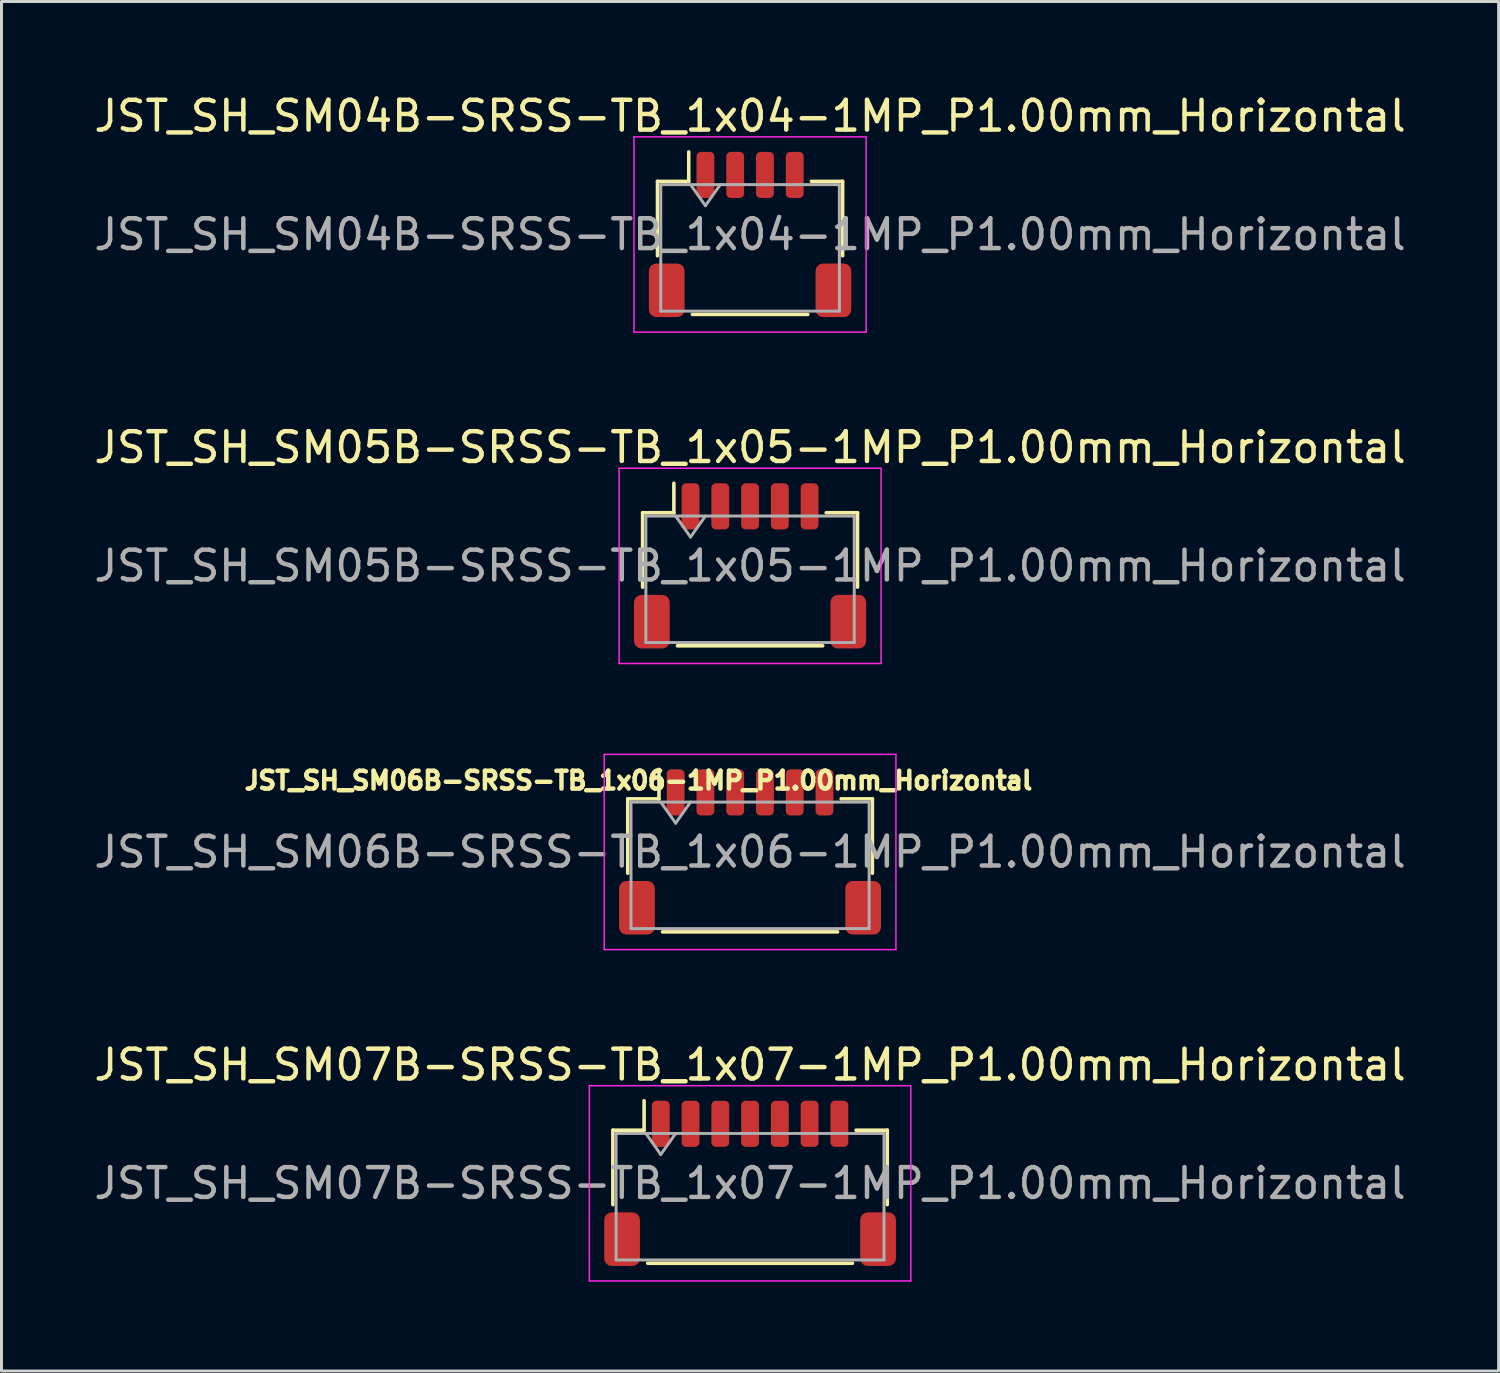
<source format=kicad_pcb>
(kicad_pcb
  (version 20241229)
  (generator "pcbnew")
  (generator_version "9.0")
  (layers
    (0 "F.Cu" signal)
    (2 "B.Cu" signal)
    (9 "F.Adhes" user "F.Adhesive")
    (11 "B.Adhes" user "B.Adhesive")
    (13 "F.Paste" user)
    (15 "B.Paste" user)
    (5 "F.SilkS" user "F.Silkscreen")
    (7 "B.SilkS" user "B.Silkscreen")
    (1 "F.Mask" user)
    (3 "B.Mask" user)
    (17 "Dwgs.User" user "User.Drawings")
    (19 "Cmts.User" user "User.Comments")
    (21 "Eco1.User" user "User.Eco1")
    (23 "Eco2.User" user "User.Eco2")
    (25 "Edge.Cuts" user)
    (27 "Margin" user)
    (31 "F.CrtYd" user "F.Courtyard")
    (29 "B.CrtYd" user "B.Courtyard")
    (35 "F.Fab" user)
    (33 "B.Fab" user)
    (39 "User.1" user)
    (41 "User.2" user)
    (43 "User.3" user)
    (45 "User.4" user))
  (footprint "JST_SH_SM04B-SRSS-TB_1x04-1MP_P1.00mm_Horizontal"
    (layer "F.Cu")
    (at 22.149 4.828)
    (property "Reference" "JST_SH_SM04B-SRSS-TB_1x04-1MP_P1.00mm_Horizontal" (at 0 -3.98 0) (layer "F.SilkS") (effects (font (size 1 1) (thickness 0.15))))
    (attr smd)
    (fp_line (start -3.11 -1.785) (end -2.06 -1.785) (stroke (width 0.12) (type solid)) (layer "F.SilkS"))
    (fp_line (start -3.11 0.715) (end -3.11 -1.785) (stroke (width 0.12) (type solid)) (layer "F.SilkS"))
    (fp_line (start -2.06 -1.785) (end -2.06 -2.775) (stroke (width 0.12) (type solid)) (layer "F.SilkS"))
    (fp_line (start -1.94 2.685) (end 1.94 2.685) (stroke (width 0.12) (type solid)) (layer "F.SilkS"))
    (fp_line (start 3.11 -1.785) (end 2.06 -1.785) (stroke (width 0.12) (type solid)) (layer "F.SilkS"))
    (fp_line (start 3.11 0.715) (end 3.11 -1.785) (stroke (width 0.12) (type solid)) (layer "F.SilkS"))
    (fp_line (start -3.9 -3.28) (end -3.9 3.28) (stroke (width 0.05) (type solid)) (layer "F.CrtYd"))
    (fp_line (start -3.9 3.28) (end 3.9 3.28) (stroke (width 0.05) (type solid)) (layer "F.CrtYd"))
    (fp_line (start 3.9 -3.28) (end -3.9 -3.28) (stroke (width 0.05) (type solid)) (layer "F.CrtYd"))
    (fp_line (start 3.9 3.28) (end 3.9 -3.28) (stroke (width 0.05) (type solid)) (layer "F.CrtYd"))
    (fp_line (start -3 -1.675) (end -3 2.575) (stroke (width 0.1) (type solid)) (layer "F.Fab"))
    (fp_line (start -3 -1.675) (end 3 -1.675) (stroke (width 0.1) (type solid)) (layer "F.Fab"))
    (fp_line (start -3 2.575) (end 3 2.575) (stroke (width 0.1) (type solid)) (layer "F.Fab"))
    (fp_line (start -2 -1.675) (end -1.5 -0.968) (stroke (width 0.1) (type solid)) (layer "F.Fab"))
    (fp_line (start -1.5 -0.968) (end -1 -1.675) (stroke (width 0.1) (type solid)) (layer "F.Fab"))
    (fp_line (start 3 -1.675) (end 3 2.575) (stroke (width 0.1) (type solid)) (layer "F.Fab"))
    (fp_text user "${REFERENCE}" (at 0 0 0) (layer "F.Fab") (effects (font (size 1 1) (thickness 0.15))))
    (pad "1" smd roundrect (at -1.5 -2) (size 0.6 1.55) (layers "F.Cu" "F.Mask" "F.Paste") (roundrect_rratio 0.25))
    (pad "2" smd roundrect (at -0.5 -2) (size 0.6 1.55) (layers "F.Cu" "F.Mask" "F.Paste") (roundrect_rratio 0.25))
    (pad "3" smd roundrect (at 0.5 -2) (size 0.6 1.55) (layers "F.Cu" "F.Mask" "F.Paste") (roundrect_rratio 0.25))
    (pad "4" smd roundrect (at 1.5 -2) (size 0.6 1.55) (layers "F.Cu" "F.Mask" "F.Paste") (roundrect_rratio 0.25))
    (pad "MP" smd roundrect (at -2.8 1.875) (size 1.2 1.8) (layers "F.Cu" "F.Mask" "F.Paste") (roundrect_rratio 0.208))
    (pad "MP" smd roundrect (at 2.8 1.875) (size 1.2 1.8) (layers "F.Cu" "F.Mask" "F.Paste") (roundrect_rratio 0.208)))
  (footprint "JST_SH_SM06B-SRSS-TB_1x06-1MP_P1.00mm_Horizontal"
    (layer "F.Cu")
    (at 22.149 25.572)
    (property "Reference" "JST_SH_SM06B-SRSS-TB_1x06-1MP_P1.00mm_Horizontal" (at -3.75 -2.4 180) (layer "F.SilkS") (effects (font (size 0.6 0.6) (thickness 0.15))))
    (attr smd)
    (fp_line (start -4.11 -1.785) (end -3.06 -1.785) (stroke (width 0.12) (type solid)) (layer "F.SilkS"))
    (fp_line (start -4.11 0.715) (end -4.11 -1.785) (stroke (width 0.12) (type solid)) (layer "F.SilkS"))
    (fp_line (start -3.06 -1.785) (end -3.06 -2.775) (stroke (width 0.12) (type solid)) (layer "F.SilkS"))
    (fp_line (start -2.94 2.685) (end 2.94 2.685) (stroke (width 0.12) (type solid)) (layer "F.SilkS"))
    (fp_line (start 4.11 -1.785) (end 3.06 -1.785) (stroke (width 0.12) (type solid)) (layer "F.SilkS"))
    (fp_line (start 4.11 0.715) (end 4.11 -1.785) (stroke (width 0.12) (type solid)) (layer "F.SilkS"))
    (fp_line (start -4.9 -3.28) (end -4.9 3.28) (stroke (width 0.05) (type solid)) (layer "F.CrtYd"))
    (fp_line (start -4.9 3.28) (end 4.9 3.28) (stroke (width 0.05) (type solid)) (layer "F.CrtYd"))
    (fp_line (start 4.9 -3.28) (end -4.9 -3.28) (stroke (width 0.05) (type solid)) (layer "F.CrtYd"))
    (fp_line (start 4.9 3.28) (end 4.9 -3.28) (stroke (width 0.05) (type solid)) (layer "F.CrtYd"))
    (fp_line (start -4 -1.675) (end -4 2.575) (stroke (width 0.1) (type solid)) (layer "F.Fab"))
    (fp_line (start -4 -1.675) (end 4 -1.675) (stroke (width 0.1) (type solid)) (layer "F.Fab"))
    (fp_line (start -4 2.575) (end 4 2.575) (stroke (width 0.1) (type solid)) (layer "F.Fab"))
    (fp_line (start -3 -1.675) (end -2.5 -0.968) (stroke (width 0.1) (type solid)) (layer "F.Fab"))
    (fp_line (start -2.5 -0.968) (end -2 -1.675) (stroke (width 0.1) (type solid)) (layer "F.Fab"))
    (fp_line (start 4 -1.675) (end 4 2.575) (stroke (width 0.1) (type solid)) (layer "F.Fab"))
    (fp_text user "${REFERENCE}" (at 0 0 180) (layer "F.Fab") (effects (font (size 1 1) (thickness 0.15))))
    (pad "1" smd roundrect (at -2.5 -2) (size 0.6 1.55) (layers "F.Cu" "F.Mask" "F.Paste") (roundrect_rratio 0.25))
    (pad "2" smd roundrect (at -1.5 -2) (size 0.6 1.55) (layers "F.Cu" "F.Mask" "F.Paste") (roundrect_rratio 0.25))
    (pad "3" smd roundrect (at -0.5 -2) (size 0.6 1.55) (layers "F.Cu" "F.Mask" "F.Paste") (roundrect_rratio 0.25))
    (pad "4" smd roundrect (at 0.5 -2) (size 0.6 1.55) (layers "F.Cu" "F.Mask" "F.Paste") (roundrect_rratio 0.25))
    (pad "5" smd roundrect (at 1.5 -2) (size 0.6 1.55) (layers "F.Cu" "F.Mask" "F.Paste") (roundrect_rratio 0.25))
    (pad "6" smd roundrect (at 2.5 -2) (size 0.6 1.55) (layers "F.Cu" "F.Mask" "F.Paste") (roundrect_rratio 0.25))
    (pad "MP" smd roundrect (at -3.8 1.875) (size 1.2 1.8) (layers "F.Cu" "F.Mask" "F.Paste") (roundrect_rratio 0.208))
    (pad "MP" smd roundrect (at 3.8 1.875) (size 1.2 1.8) (layers "F.Cu" "F.Mask" "F.Paste") (roundrect_rratio 0.208)))
  (footprint "JST_SH_SM07B-SRSS-TB_1x07-1MP_P1.00mm_Horizontal"
    (layer "F.Cu")
    (at 22.149 36.705)
    (property "Reference" "JST_SH_SM07B-SRSS-TB_1x07-1MP_P1.00mm_Horizontal" (at 0 -3.98 180) (layer "F.SilkS") (effects (font (size 1 1) (thickness 0.15))))
    (attr smd)
    (fp_line (start -4.61 -1.785) (end -3.56 -1.785) (stroke (width 0.12) (type solid)) (layer "F.SilkS"))
    (fp_line (start -4.61 0.715) (end -4.61 -1.785) (stroke (width 0.12) (type solid)) (layer "F.SilkS"))
    (fp_line (start -3.56 -1.785) (end -3.56 -2.775) (stroke (width 0.12) (type solid)) (layer "F.SilkS"))
    (fp_line (start -3.44 2.685) (end 3.44 2.685) (stroke (width 0.12) (type solid)) (layer "F.SilkS"))
    (fp_line (start 4.61 -1.785) (end 3.56 -1.785) (stroke (width 0.12) (type solid)) (layer "F.SilkS"))
    (fp_line (start 4.61 0.715) (end 4.61 -1.785) (stroke (width 0.12) (type solid)) (layer "F.SilkS"))
    (fp_line (start -5.4 -3.28) (end -5.4 3.28) (stroke (width 0.05) (type solid)) (layer "F.CrtYd"))
    (fp_line (start -5.4 3.28) (end 5.4 3.28) (stroke (width 0.05) (type solid)) (layer "F.CrtYd"))
    (fp_line (start 5.4 -3.28) (end -5.4 -3.28) (stroke (width 0.05) (type solid)) (layer "F.CrtYd"))
    (fp_line (start 5.4 3.28) (end 5.4 -3.28) (stroke (width 0.05) (type solid)) (layer "F.CrtYd"))
    (fp_line (start -4.5 -1.675) (end -4.5 2.575) (stroke (width 0.1) (type solid)) (layer "F.Fab"))
    (fp_line (start -4.5 -1.675) (end 4.5 -1.675) (stroke (width 0.1) (type solid)) (layer "F.Fab"))
    (fp_line (start -4.5 2.575) (end 4.5 2.575) (stroke (width 0.1) (type solid)) (layer "F.Fab"))
    (fp_line (start -3.5 -1.675) (end -3 -0.968) (stroke (width 0.1) (type solid)) (layer "F.Fab"))
    (fp_line (start -3 -0.968) (end -2.5 -1.675) (stroke (width 0.1) (type solid)) (layer "F.Fab"))
    (fp_line (start 4.5 -1.675) (end 4.5 2.575) (stroke (width 0.1) (type solid)) (layer "F.Fab"))
    (fp_text user "${REFERENCE}" (at 0 0 180) (layer "F.Fab") (effects (font (size 1 1) (thickness 0.15))))
    (pad "1" smd roundrect (at -3 -2) (size 0.6 1.55) (layers "F.Cu" "F.Mask" "F.Paste") (roundrect_rratio 0.25))
    (pad "2" smd roundrect (at -2 -2) (size 0.6 1.55) (layers "F.Cu" "F.Mask" "F.Paste") (roundrect_rratio 0.25))
    (pad "3" smd roundrect (at -1 -2) (size 0.6 1.55) (layers "F.Cu" "F.Mask" "F.Paste") (roundrect_rratio 0.25))
    (pad "4" smd roundrect (at 0 -2) (size 0.6 1.55) (layers "F.Cu" "F.Mask" "F.Paste") (roundrect_rratio 0.25))
    (pad "5" smd roundrect (at 1 -2) (size 0.6 1.55) (layers "F.Cu" "F.Mask" "F.Paste") (roundrect_rratio 0.25))
    (pad "6" smd roundrect (at 2 -2) (size 0.6 1.55) (layers "F.Cu" "F.Mask" "F.Paste") (roundrect_rratio 0.25))
    (pad "7" smd roundrect (at 3 -2) (size 0.6 1.55) (layers "F.Cu" "F.Mask" "F.Paste") (roundrect_rratio 0.25))
    (pad "MP" smd roundrect (at -4.3 1.875) (size 1.2 1.8) (layers "F.Cu" "F.Mask" "F.Paste") (roundrect_rratio 0.208))
    (pad "MP" smd roundrect (at 4.3 1.875) (size 1.2 1.8) (layers "F.Cu" "F.Mask" "F.Paste") (roundrect_rratio 0.208)))
  (footprint "JST_SH_SM05B-SRSS-TB_1x05-1MP_P1.00mm_Horizontal"
    (layer "F.Cu")
    (at 22.149 15.961)
    (property "Reference" "JST_SH_SM05B-SRSS-TB_1x05-1MP_P1.00mm_Horizontal" (at 0 -3.98 180) (layer "F.SilkS") (effects (font (size 1 1) (thickness 0.15))))
    (attr smd)
    (fp_line (start -3.61 -1.785) (end -2.56 -1.785) (stroke (width 0.12) (type solid)) (layer "F.SilkS"))
    (fp_line (start -3.61 0.715) (end -3.61 -1.785) (stroke (width 0.12) (type solid)) (layer "F.SilkS"))
    (fp_line (start -2.56 -1.785) (end -2.56 -2.775) (stroke (width 0.12) (type solid)) (layer "F.SilkS"))
    (fp_line (start -2.44 2.685) (end 2.44 2.685) (stroke (width 0.12) (type solid)) (layer "F.SilkS"))
    (fp_line (start 3.61 -1.785) (end 2.56 -1.785) (stroke (width 0.12) (type solid)) (layer "F.SilkS"))
    (fp_line (start 3.61 0.715) (end 3.61 -1.785) (stroke (width 0.12) (type solid)) (layer "F.SilkS"))
    (fp_line (start -4.4 -3.28) (end -4.4 3.28) (stroke (width 0.05) (type solid)) (layer "F.CrtYd"))
    (fp_line (start -4.4 3.28) (end 4.4 3.28) (stroke (width 0.05) (type solid)) (layer "F.CrtYd"))
    (fp_line (start 4.4 -3.28) (end -4.4 -3.28) (stroke (width 0.05) (type solid)) (layer "F.CrtYd"))
    (fp_line (start 4.4 3.28) (end 4.4 -3.28) (stroke (width 0.05) (type solid)) (layer "F.CrtYd"))
    (fp_line (start -3.5 -1.675) (end -3.5 2.575) (stroke (width 0.1) (type solid)) (layer "F.Fab"))
    (fp_line (start -3.5 -1.675) (end 3.5 -1.675) (stroke (width 0.1) (type solid)) (layer "F.Fab"))
    (fp_line (start -3.5 2.575) (end 3.5 2.575) (stroke (width 0.1) (type solid)) (layer "F.Fab"))
    (fp_line (start -2.5 -1.675) (end -2 -0.968) (stroke (width 0.1) (type solid)) (layer "F.Fab"))
    (fp_line (start -2 -0.968) (end -1.5 -1.675) (stroke (width 0.1) (type solid)) (layer "F.Fab"))
    (fp_line (start 3.5 -1.675) (end 3.5 2.575) (stroke (width 0.1) (type solid)) (layer "F.Fab"))
    (fp_text user "${REFERENCE}" (at 0 0 180) (layer "F.Fab") (effects (font (size 1 1) (thickness 0.15))))
    (pad "1" smd roundrect (at -2 -2) (size 0.6 1.55) (layers "F.Cu" "F.Mask" "F.Paste") (roundrect_rratio 0.25))
    (pad "2" smd roundrect (at -1 -2) (size 0.6 1.55) (layers "F.Cu" "F.Mask" "F.Paste") (roundrect_rratio 0.25))
    (pad "3" smd roundrect (at 0 -2) (size 0.6 1.55) (layers "F.Cu" "F.Mask" "F.Paste") (roundrect_rratio 0.25))
    (pad "4" smd roundrect (at 1 -2) (size 0.6 1.55) (layers "F.Cu" "F.Mask" "F.Paste") (roundrect_rratio 0.25))
    (pad "5" smd roundrect (at 2 -2) (size 0.6 1.55) (layers "F.Cu" "F.Mask" "F.Paste") (roundrect_rratio 0.25))
    (pad "MP" smd roundrect (at -3.3 1.875) (size 1.2 1.8) (layers "F.Cu" "F.Mask" "F.Paste") (roundrect_rratio 0.208))
    (pad "MP" smd roundrect (at 3.3 1.875) (size 1.2 1.8) (layers "F.Cu" "F.Mask" "F.Paste") (roundrect_rratio 0.208)))
  (gr_rect
    (start -3 -3)
    (end 47.298 43.01)
    (stroke (width 0.1) (type default))
    (fill no)
    (layer "Edge.Cuts")))
</source>
